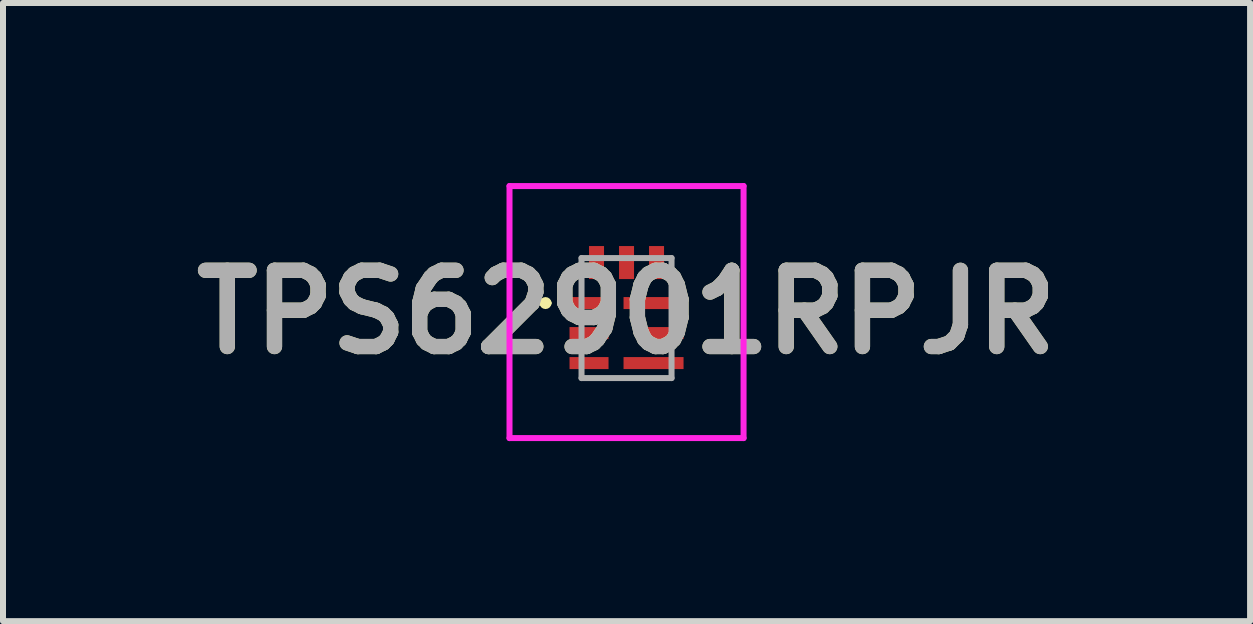
<source format=kicad_pcb>
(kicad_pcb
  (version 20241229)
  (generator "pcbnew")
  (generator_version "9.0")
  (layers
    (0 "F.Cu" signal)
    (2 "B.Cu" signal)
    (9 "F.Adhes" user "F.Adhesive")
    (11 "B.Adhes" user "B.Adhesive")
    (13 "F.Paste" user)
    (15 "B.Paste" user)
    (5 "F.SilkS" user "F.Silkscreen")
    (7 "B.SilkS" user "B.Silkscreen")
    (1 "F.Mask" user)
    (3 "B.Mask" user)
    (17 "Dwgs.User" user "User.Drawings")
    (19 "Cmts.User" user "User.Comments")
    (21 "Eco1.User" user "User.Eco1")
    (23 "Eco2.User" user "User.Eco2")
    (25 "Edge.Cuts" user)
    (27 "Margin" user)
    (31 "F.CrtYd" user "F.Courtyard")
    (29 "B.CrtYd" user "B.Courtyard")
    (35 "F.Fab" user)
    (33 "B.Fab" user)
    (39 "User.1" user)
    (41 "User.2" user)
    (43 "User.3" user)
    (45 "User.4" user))
  (footprint "TPS62901RPJR"
    (layer "F.Cu")
    (at 7.39 2.25)
    (property "Reference" "TPS62901RPJR" (at 0 -0.1 0) (layer "F.SilkS") (effects (font (size 1.27 1.27) (thickness 0.254))))
    (attr smd)
    (fp_line (start -1.4 -0.25) (end -1.4 -0.25) (stroke (width 0.1) (type solid)) (layer "F.SilkS"))
    (fp_line (start -1.3 -0.25) (end -1.3 -0.25) (stroke (width 0.1) (type solid)) (layer "F.SilkS"))
    (fp_arc (start -1.4 -0.25) (mid -1.35 -0.3) (end -1.3 -0.25) (stroke (width 0.1) (type solid)) (layer "F.SilkS"))
    (fp_arc (start -1.3 -0.25) (mid -1.35 -0.2) (end -1.4 -0.25) (stroke (width 0.1) (type solid)) (layer "F.SilkS"))
    (fp_line (start -1.95 -2.2) (end 1.95 -2.2) (stroke (width 0.1) (type solid)) (layer "F.CrtYd"))
    (fp_line (start -1.95 2) (end -1.95 -2.2) (stroke (width 0.1) (type solid)) (layer "F.CrtYd"))
    (fp_line (start 1.95 -2.2) (end 1.95 2) (stroke (width 0.1) (type solid)) (layer "F.CrtYd"))
    (fp_line (start 1.95 2) (end -1.95 2) (stroke (width 0.1) (type solid)) (layer "F.CrtYd"))
    (fp_line (start -0.75 -1) (end -0.75 1) (stroke (width 0.1) (type solid)) (layer "F.Fab"))
    (fp_line (start -0.75 1) (end 0.75 1) (stroke (width 0.1) (type solid)) (layer "F.Fab"))
    (fp_line (start 0.75 -1) (end -0.75 -1) (stroke (width 0.1) (type solid)) (layer "F.Fab"))
    (fp_line (start 0.75 1) (end 0.75 -1) (stroke (width 0.1) (type solid)) (layer "F.Fab"))
    (fp_text user "${REFERENCE}" (at 0 -0.1 0) (layer "F.Fab") (effects (font (size 1.27 1.27) (thickness 0.254))))
    (pad "1" smd rect (at -0.625 -0.25 90) (size 0.2 0.65) (layers "F.Cu" "F.Mask" "F.Paste"))
    (pad "2" smd rect (at -0.625 0.25 90) (size 0.2 0.65) (layers "F.Cu" "F.Mask" "F.Paste"))
    (pad "3" smd rect (at -0.625 0.75 90) (size 0.2 0.65) (layers "F.Cu" "F.Mask" "F.Paste"))
    (pad "4" smd rect (at 0.45 0.75 90) (size 0.2 1) (layers "F.Cu" "F.Mask" "F.Paste"))
    (pad "5" smd rect (at 0.625 0.25 90) (size 0.2 0.65) (layers "F.Cu" "F.Mask" "F.Paste"))
    (pad "6" smd rect (at 0.45 -0.25 90) (size 0.2 1) (layers "F.Cu" "F.Mask" "F.Paste"))
    (pad "7" smd rect (at 0.5 -0.925) (size 0.25 0.55) (layers "F.Cu" "F.Mask" "F.Paste"))
    (pad "8" smd rect (at 0 -0.925) (size 0.25 0.55) (layers "F.Cu" "F.Mask" "F.Paste"))
    (pad "9" smd rect (at -0.5 -0.925) (size 0.25 0.55) (layers "F.Cu" "F.Mask" "F.Paste")))
  (gr_rect
    (start -3 -3)
    (end 17.78 7.3)
    (stroke (width 0.1) (type default))
    (fill no)
    (layer "Edge.Cuts")))
</source>
